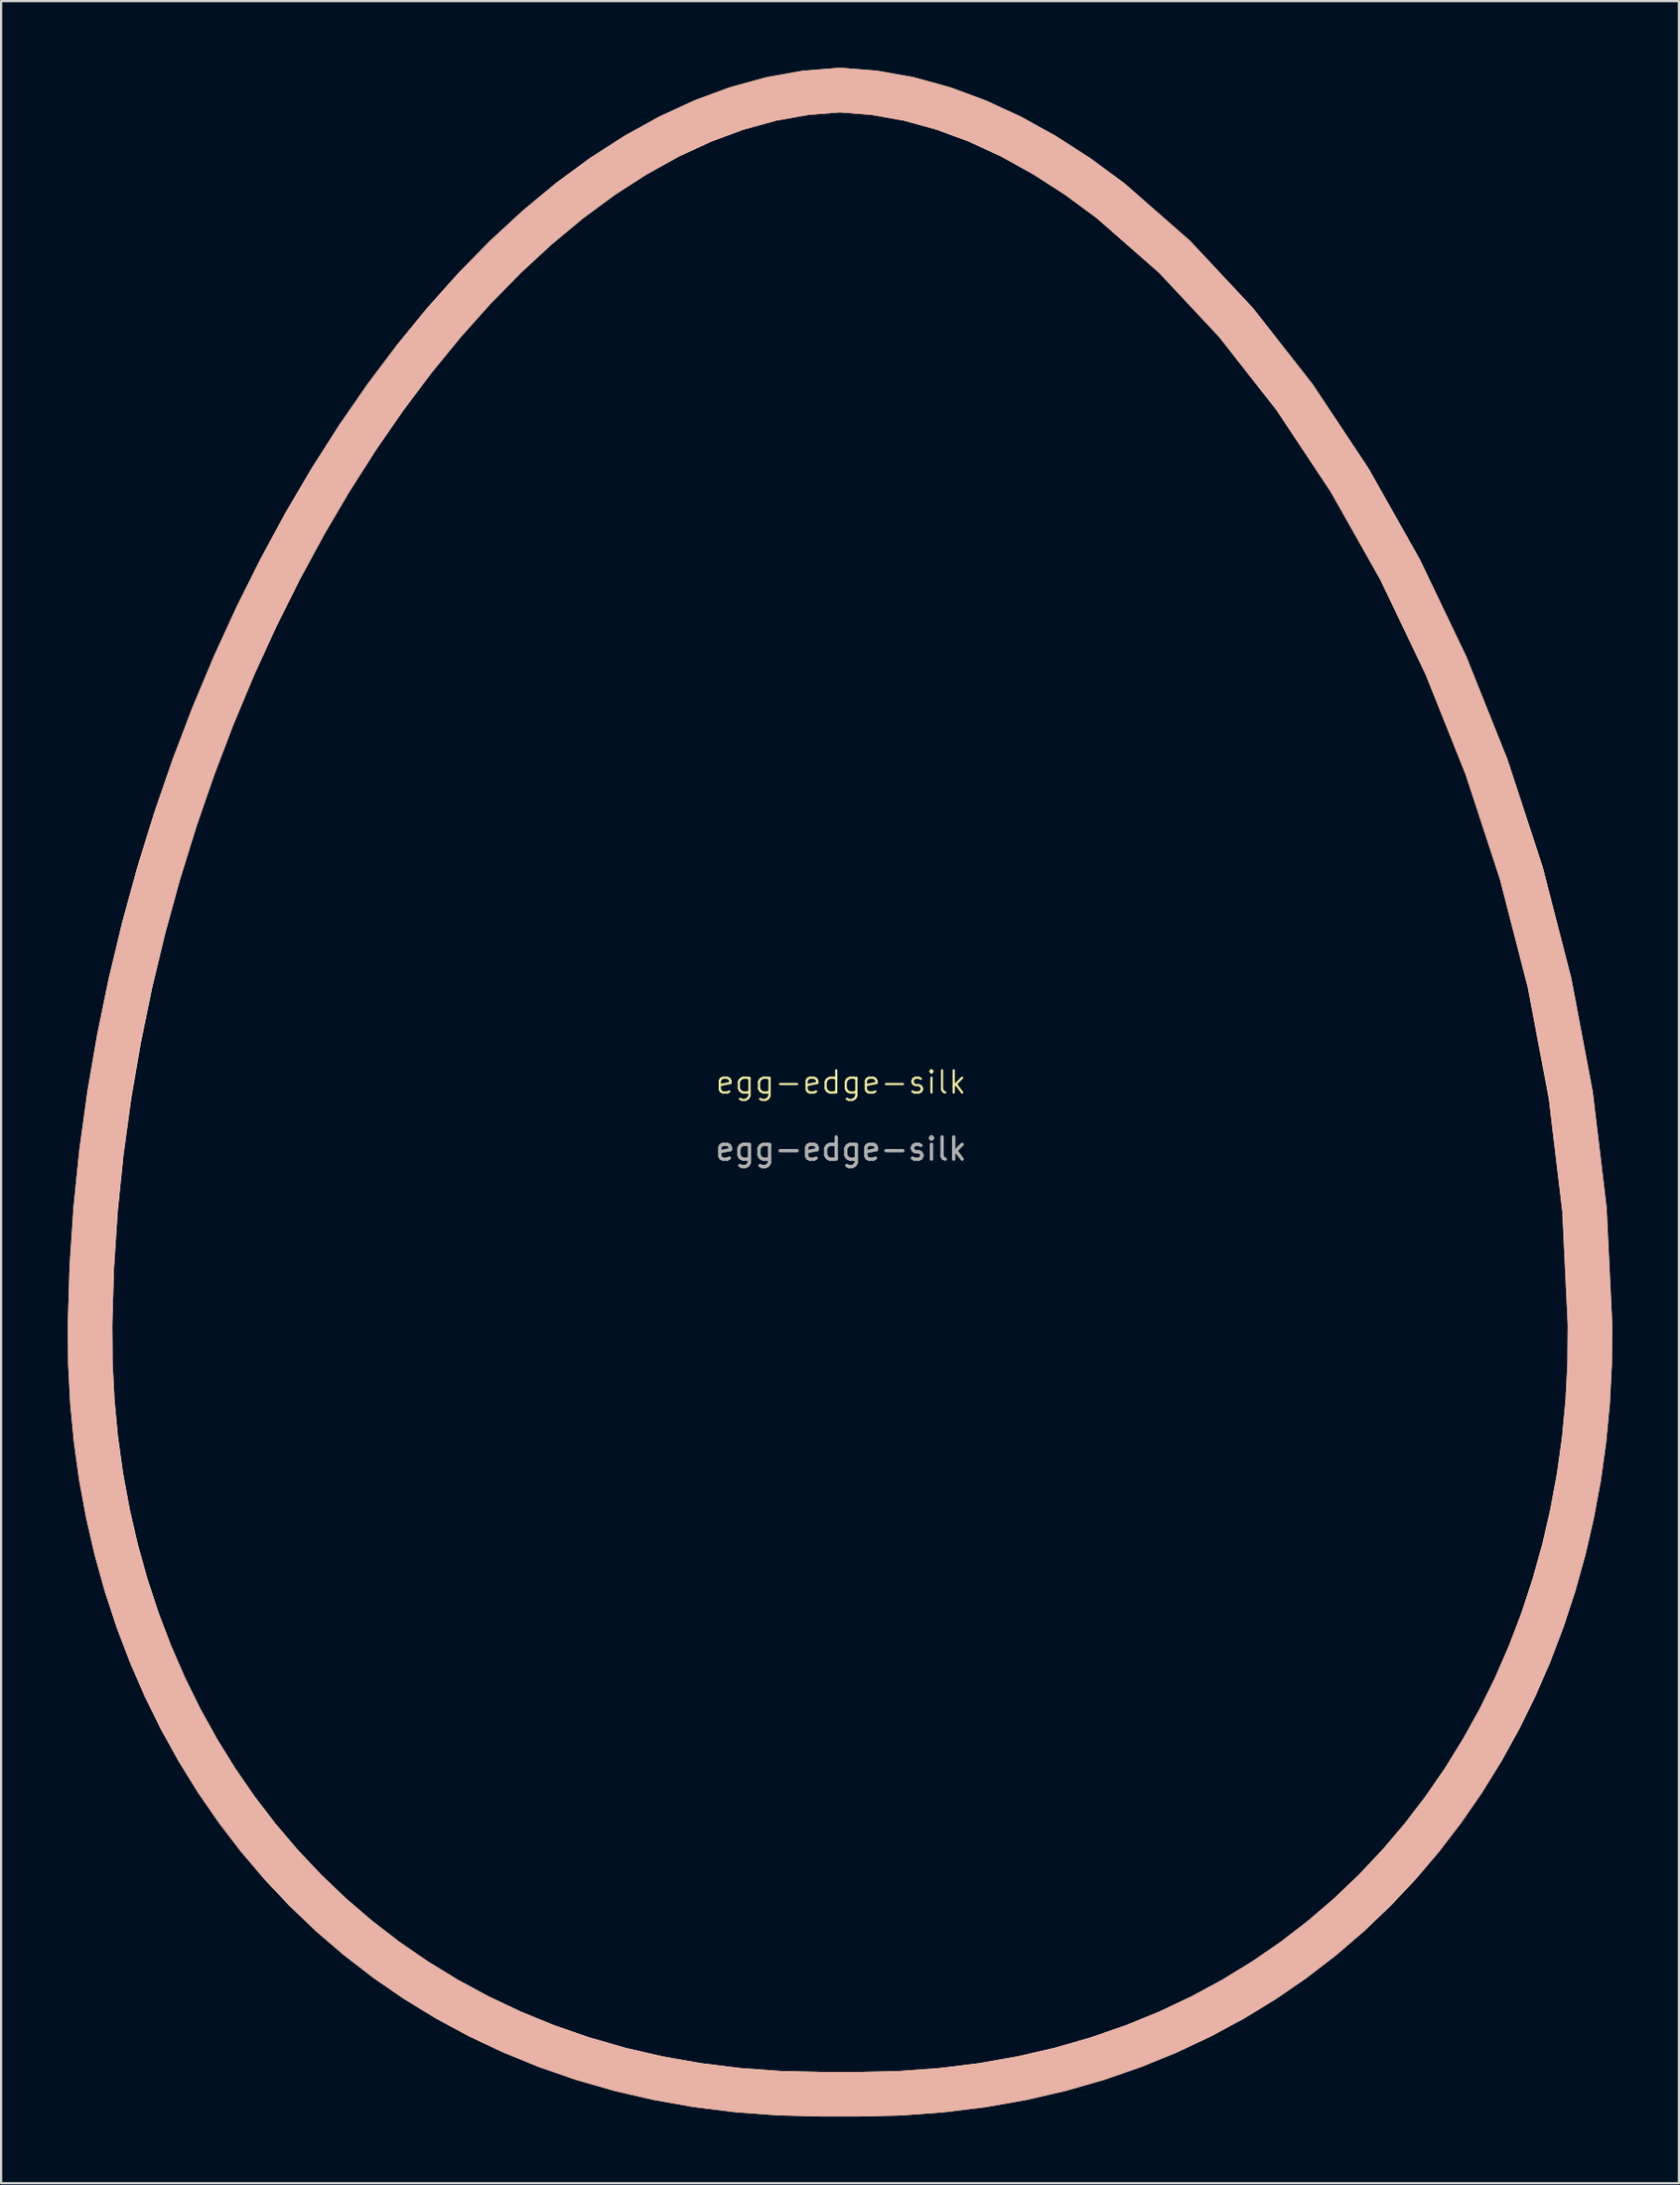
<source format=kicad_pcb>
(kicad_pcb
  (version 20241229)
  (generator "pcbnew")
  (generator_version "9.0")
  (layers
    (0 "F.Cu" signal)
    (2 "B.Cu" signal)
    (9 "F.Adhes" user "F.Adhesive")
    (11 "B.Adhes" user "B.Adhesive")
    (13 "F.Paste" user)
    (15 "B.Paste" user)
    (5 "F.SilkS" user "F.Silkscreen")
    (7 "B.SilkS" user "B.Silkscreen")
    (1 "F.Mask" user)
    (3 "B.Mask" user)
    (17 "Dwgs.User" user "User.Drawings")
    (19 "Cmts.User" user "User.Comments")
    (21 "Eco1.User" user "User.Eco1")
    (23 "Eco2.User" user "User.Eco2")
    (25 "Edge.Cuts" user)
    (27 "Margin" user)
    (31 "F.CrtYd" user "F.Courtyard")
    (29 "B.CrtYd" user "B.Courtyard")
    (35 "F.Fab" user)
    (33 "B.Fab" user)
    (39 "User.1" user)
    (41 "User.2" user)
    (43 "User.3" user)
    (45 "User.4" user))
  (footprint "egg-edge-silk"
    (layer "F.Cu")
    (at 34.79 46.123)
    (property "Reference" "egg-edge-silk" (at 0 -0.5 0) (unlocked yes) (layer "F.SilkS") (effects (font (size 1 1) (thickness 0.1))))
    (attr through_hole)
    (fp_poly (pts (xy 1.5 -45) (xy 3.043 -44.725) (xy 4.584 -44.302) (xy 6.117 -43.738) (xy 7.642 -43.035) (xy 9.153 -42.199) (xy 10.649 -41.236) (xy 12.126 -40.149) (xy 15.01 -37.624) (xy 17.78 -34.664) (xy 20.412 -31.307) (xy 22.88 -27.591) (xy 25.158 -23.555) (xy 27.223 -19.238) (xy 29.048 -14.677) (xy 30.609 -9.912) (xy 31.879 -4.981) (xy 32.836 0.077) (xy 33.452 5.225) (xy 33.703 10.424) (xy 33.686 12.157) (xy 33.597 13.873) (xy 33.435 15.568) (xy 33.202 17.242) (xy 32.898 18.89) (xy 32.524 20.511) (xy 32.08 22.102) (xy 31.569 23.661) (xy 30.989 25.186) (xy 30.343 26.673) (xy 29.631 28.121) (xy 28.853 29.526) (xy 28.011 30.887) (xy 27.104 32.201) (xy 26.135 33.466) (xy 25.104 34.678) (xy 24.011 35.836) (xy 22.857 36.938) (xy 21.643 37.98) (xy 20.37 38.96) (xy 19.038 39.876) (xy 17.649 40.725) (xy 16.203 41.505) (xy 14.701 42.213) (xy 13.144 42.847) (xy 11.531 43.405) (xy 9.865 43.884) (xy 8.146 44.281) (xy 6.375 44.594) (xy 4.552 44.821) (xy 2.679 44.959) (xy 0.755 45.005) (xy -0.842 45.005) (xy -2.766 44.958) (xy -4.639 44.821) (xy -6.462 44.594) (xy -8.234 44.281) (xy -9.953 43.884) (xy -11.618 43.405) (xy -13.231 42.847) (xy -14.788 42.213) (xy -16.29 41.505) (xy -17.736 40.725) (xy -19.126 39.875) (xy -20.457 38.96) (xy -21.73 37.979) (xy -22.944 36.938) (xy -24.098 35.836) (xy -25.191 34.678) (xy -26.222 33.466) (xy -27.191 32.201) (xy -28.098 30.887) (xy -28.94 29.526) (xy -29.718 28.121) (xy -30.43 26.673) (xy -31.076 25.186) (xy -31.656 23.661) (xy -32.168 22.102) (xy -32.611 20.511) (xy -32.985 18.89) (xy -33.289 17.241) (xy -33.522 15.568) (xy -33.684 13.873) (xy -33.773 12.157) (xy -33.79 10.424) (xy -33.711 7.821) (xy -33.539 5.225) (xy -33.275 2.643) (xy -32.923 0.077) (xy -32.485 -2.466) (xy -31.967 -4.981) (xy -31.369 -7.465) (xy -30.696 -9.913) (xy -29.95 -12.318) (xy -29.135 -14.678) (xy -28.254 -16.986) (xy -27.31 -19.238) (xy -26.306 -21.429) (xy -25.245 -23.555) (xy -24.131 -25.611) (xy -22.967 -27.591) (xy -21.755 -29.491) (xy -20.499 -31.307) (xy -19.202 -33.032) (xy -17.867 -34.664) (xy -16.498 -36.196) (xy -15.097 -37.624) (xy -13.667 -38.943) (xy -12.213 -40.149) (xy -10.736 -41.236) (xy -9.24 -42.199) (xy -7.729 -43.035) (xy -6.204 -43.738) (xy -4.671 -44.302) (xy -3.131 -44.725) (xy -1.587 -45) (xy -0.044 -45.123)) (stroke (width 2) (type solid)) (fill no) (layer "F.SilkS"))
    (fp_poly (pts (xy 1.5 -45) (xy 3.043 -44.725) (xy 4.584 -44.302) (xy 6.117 -43.738) (xy 7.642 -43.035) (xy 9.153 -42.199) (xy 10.649 -41.236) (xy 12.126 -40.149) (xy 15.01 -37.624) (xy 17.78 -34.664) (xy 20.412 -31.307) (xy 22.88 -27.591) (xy 25.158 -23.555) (xy 27.223 -19.238) (xy 29.048 -14.677) (xy 30.609 -9.912) (xy 31.879 -4.981) (xy 32.836 0.077) (xy 33.452 5.225) (xy 33.703 10.424) (xy 33.686 12.157) (xy 33.597 13.873) (xy 33.435 15.568) (xy 33.202 17.242) (xy 32.898 18.89) (xy 32.524 20.511) (xy 32.08 22.102) (xy 31.569 23.661) (xy 30.989 25.186) (xy 30.343 26.673) (xy 29.631 28.121) (xy 28.853 29.526) (xy 28.011 30.887) (xy 27.104 32.201) (xy 26.135 33.466) (xy 25.104 34.678) (xy 24.011 35.836) (xy 22.857 36.938) (xy 21.643 37.98) (xy 20.37 38.96) (xy 19.038 39.876) (xy 17.649 40.725) (xy 16.203 41.505) (xy 14.701 42.213) (xy 13.144 42.847) (xy 11.531 43.405) (xy 9.865 43.884) (xy 8.146 44.281) (xy 6.375 44.594) (xy 4.552 44.821) (xy 2.679 44.959) (xy 0.755 45.005) (xy -0.842 45.005) (xy -2.766 44.958) (xy -4.639 44.821) (xy -6.462 44.594) (xy -8.234 44.281) (xy -9.953 43.884) (xy -11.618 43.405) (xy -13.231 42.847) (xy -14.788 42.213) (xy -16.29 41.505) (xy -17.736 40.725) (xy -19.126 39.875) (xy -20.457 38.96) (xy -21.73 37.979) (xy -22.944 36.938) (xy -24.098 35.836) (xy -25.191 34.678) (xy -26.222 33.466) (xy -27.191 32.201) (xy -28.098 30.887) (xy -28.94 29.526) (xy -29.718 28.121) (xy -30.43 26.673) (xy -31.076 25.186) (xy -31.656 23.661) (xy -32.168 22.102) (xy -32.611 20.511) (xy -32.985 18.89) (xy -33.289 17.241) (xy -33.522 15.568) (xy -33.684 13.873) (xy -33.773 12.157) (xy -33.79 10.424) (xy -33.711 7.821) (xy -33.539 5.225) (xy -33.275 2.643) (xy -32.923 0.077) (xy -32.485 -2.466) (xy -31.967 -4.981) (xy -31.369 -7.465) (xy -30.696 -9.913) (xy -29.95 -12.318) (xy -29.135 -14.678) (xy -28.254 -16.986) (xy -27.31 -19.238) (xy -26.306 -21.429) (xy -25.245 -23.555) (xy -24.131 -25.611) (xy -22.967 -27.591) (xy -21.755 -29.491) (xy -20.499 -31.307) (xy -19.202 -33.032) (xy -17.867 -34.664) (xy -16.498 -36.196) (xy -15.097 -37.624) (xy -13.667 -38.943) (xy -12.213 -40.149) (xy -10.736 -41.236) (xy -9.24 -42.199) (xy -7.729 -43.035) (xy -6.204 -43.738) (xy -4.671 -44.302) (xy -3.131 -44.725) (xy -1.587 -45) (xy -0.044 -45.123)) (stroke (width 2) (type solid)) (fill no) (layer "B.SilkS"))
    (fp_text user "${REFERENCE}" (at 0 2.5 0) (unlocked yes) (layer "F.Fab") (effects (font (size 1 1) (thickness 0.15)))))
  (gr_rect
    (start -3 -3)
    (end 72.492 95.128)
    (stroke (width 0.1) (type default))
    (fill no)
    (layer "Edge.Cuts")))
</source>
